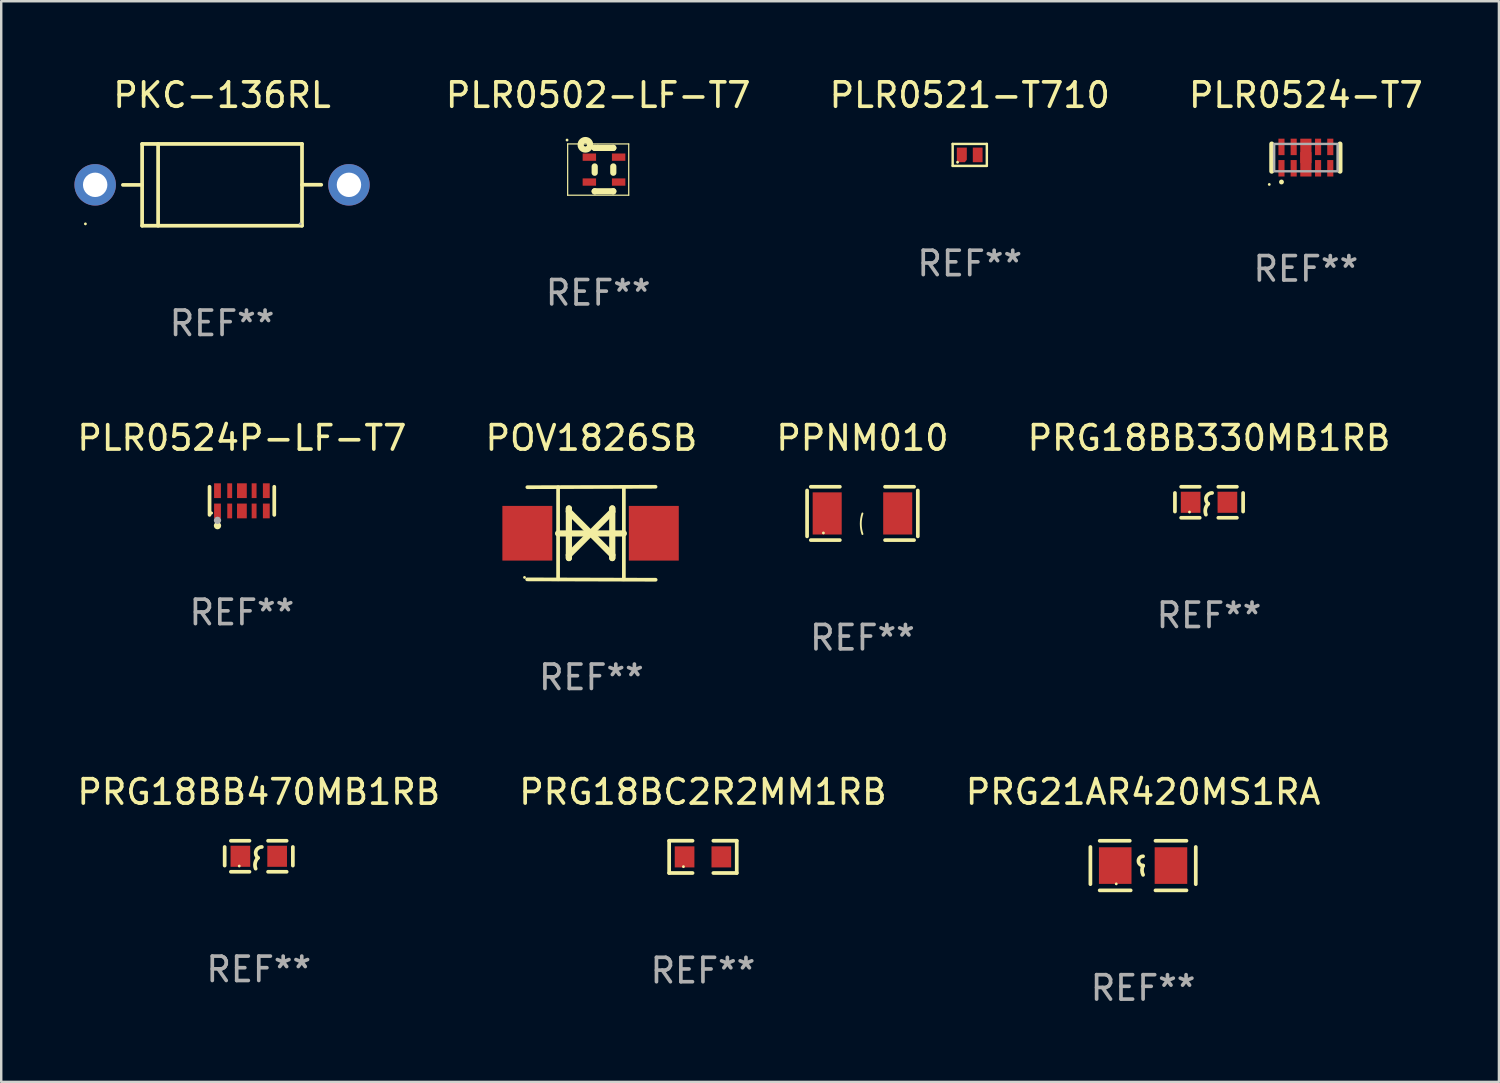
<source format=kicad_pcb>
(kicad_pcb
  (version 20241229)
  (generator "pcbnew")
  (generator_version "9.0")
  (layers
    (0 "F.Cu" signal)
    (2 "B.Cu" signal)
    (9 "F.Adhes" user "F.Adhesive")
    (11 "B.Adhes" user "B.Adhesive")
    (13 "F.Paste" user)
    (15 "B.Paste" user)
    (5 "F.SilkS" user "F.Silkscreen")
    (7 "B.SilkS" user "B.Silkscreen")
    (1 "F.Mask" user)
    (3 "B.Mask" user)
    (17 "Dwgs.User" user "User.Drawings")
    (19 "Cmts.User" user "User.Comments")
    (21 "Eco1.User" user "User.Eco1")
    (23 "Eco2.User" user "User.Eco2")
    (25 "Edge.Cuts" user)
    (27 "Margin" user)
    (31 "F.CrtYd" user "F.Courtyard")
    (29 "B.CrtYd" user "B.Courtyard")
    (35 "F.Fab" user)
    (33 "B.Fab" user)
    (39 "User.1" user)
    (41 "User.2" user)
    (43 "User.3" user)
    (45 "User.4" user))
  (footprint "PRG18BC2R2MM1RB"
    (layer "F.Cu")
    (at 25.756 32.064)
    (property "Reference" "PRG18BC2R2MM1RB" (at 0 -2.661 0) (layer "F.SilkS") (effects (font (size 1 1) (thickness 0.15))))
    (attr through_hole)
    (fp_line (start -1.385 -0.661) (end -0.426 -0.661) (stroke (width 0.152) (type solid)) (layer "F.SilkS"))
    (fp_line (start -1.385 0.661) (end -1.385 -0.661) (stroke (width 0.152) (type solid)) (layer "F.SilkS"))
    (fp_line (start -0.426 0.661) (end -1.385 0.661) (stroke (width 0.152) (type solid)) (layer "F.SilkS"))
    (fp_line (start 0.426 0.661) (end 1.385 0.661) (stroke (width 0.152) (type solid)) (layer "F.SilkS"))
    (fp_line (start 1.385 -0.661) (end 0.426 -0.661) (stroke (width 0.152) (type solid)) (layer "F.SilkS"))
    (fp_line (start 1.385 0.661) (end 1.385 -0.661) (stroke (width 0.152) (type solid)) (layer "F.SilkS"))
    (fp_circle (center -0.8 0.4) (end -0.77 0.4) (stroke (width 0.06) (type solid)) (fill no) (layer "F.SilkS"))
    (fp_text user "REF**" (at 0 4.661 0) (layer "F.Fab") (effects (font (size 1 1) (thickness 0.15))))
    (pad "1" smd rect (at -0.753 0) (size 0.806 0.864) (layers "F.Cu" "F.Mask" "F.Paste"))
    (pad "2" smd rect (at 0.753 0) (size 0.806 0.864) (layers "F.Cu" "F.Mask" "F.Paste")))
  (footprint "PLR0521-T710"
    (layer "F.Cu")
    (at 36.689 3.298)
    (property "Reference" "PLR0521-T710" (at 0 -2.45 0) (layer "F.SilkS") (effects (font (size 1 1) (thickness 0.15))))
    (attr through_hole)
    (fp_line (start -0.7 -0.45) (end -0.7 0.45) (stroke (width 0.1) (type solid)) (layer "F.SilkS"))
    (fp_line (start -0.7 -0.45) (end 0.7 -0.45) (stroke (width 0.1) (type solid)) (layer "F.SilkS"))
    (fp_line (start -0.7 0.45) (end 0.69 0.45) (stroke (width 0.1) (type solid)) (layer "F.SilkS"))
    (fp_line (start 0.7 -0.45) (end 0.7 0.45) (stroke (width 0.1) (type solid)) (layer "F.SilkS"))
    (fp_circle (center -0.5 0.3) (end -0.47 0.3) (stroke (width 0.06) (type solid)) (fill no) (layer "F.SilkS"))
    (fp_text user "REF**" (at 0 4.45 0) (layer "F.Fab") (effects (font (size 1 1) (thickness 0.15))))
    (pad "1" smd custom (at -0.325 0) (size 0.41 0.6) (layers "F.Cu" "F.Mask" "F.Paste") (options (anchor circle)) (primitives (gr_poly (pts (xy -0.205 -0.3) (xy -0.205 0.3) (xy 0.125 0.3) (xy 0.205 0.2) (xy 0.205 -0.3) (xy -0.205 -0.3)) (width 0) (fill yes))))
    (pad "2" smd rect (at 0.325 0 90) (size 0.6 0.4) (layers "F.Cu" "F.Mask" "F.Paste")))
  (footprint "PRG18BB470MB1RB"
    (layer "F.Cu")
    (at 7.554 32.039)
    (property "Reference" "PRG18BB470MB1RB" (at 0 -2.635 0) (layer "F.SilkS") (effects (font (size 1 1) (thickness 0.15))))
    (attr through_hole)
    (fp_line (start -1.397 -0.381) (end -1.397 0.381) (stroke (width 0.152) (type solid)) (layer "F.SilkS"))
    (fp_line (start -0.381 -0.635) (end -1.143 -0.635) (stroke (width 0.152) (type solid)) (layer "F.SilkS"))
    (fp_line (start -0.381 0.635) (end -1.143 0.635) (stroke (width 0.152) (type solid)) (layer "F.SilkS"))
    (fp_line (start 0.381 -0.635) (end 1.143 -0.635) (stroke (width 0.152) (type solid)) (layer "F.SilkS"))
    (fp_line (start 0.381 0.635) (end 1.143 0.635) (stroke (width 0.152) (type solid)) (layer "F.SilkS"))
    (fp_line (start 1.397 -0.381) (end 1.397 0.381) (stroke (width 0.152) (type solid)) (layer "F.SilkS"))
    (fp_arc (start -0.127 0.508001) (mid -0.146523 0.271131) (end -0.030861 0.0635) (stroke (width 0.151994) (type solid)) (layer "F.SilkS"))
    (fp_arc (start -0.03175 0.0635) (mid -0.113571 -0.216321) (end 0.127001 -0.381002) (stroke (width 0.151994) (type solid)) (layer "F.SilkS"))
    (fp_circle (center -0.8 0.4) (end -0.77 0.4) (stroke (width 0.06) (type solid)) (fill no) (layer "F.SilkS"))
    (fp_text user "REF**" (at 0 4.635 0) (layer "F.Fab") (effects (font (size 1 1) (thickness 0.15))))
    (pad "1" smd rect (at -0.753 0) (size 0.806 0.864) (layers "F.Cu" "F.Mask" "F.Paste"))
    (pad "2" smd rect (at 0.753 0) (size 0.806 0.864) (layers "F.Cu" "F.Mask" "F.Paste")))
  (footprint "PLR0524-T7"
    (layer "F.Cu")
    (at 50.463 3.408)
    (property "Reference" "PLR0524-T7" (at 0 -2.56 0) (layer "F.SilkS") (effects (font (size 1 1) (thickness 0.15))))
    (attr through_hole)
    (fp_line (start -1.4 0.56) (end -1.4 -0.56) (stroke (width 0.2) (type solid)) (layer "F.SilkS"))
    (fp_line (start 1.4 -0.56) (end 1.4 0.56) (stroke (width 0.2) (type solid)) (layer "F.SilkS"))
    (fp_circle (center -1.5 1.1) (end -1.47 1.1) (stroke (width 0.06) (type solid)) (fill no) (layer "F.SilkS"))
    (fp_circle (center -1 1) (end -0.95 1) (stroke (width 0.1) (type solid)) (fill no) (layer "F.SilkS"))
    (fp_poly (pts (xy -1.3 -0.56) (xy 1.3 -0.56) (xy 1.3 0.56) (xy -1.3 0.56)) (stroke (width 0.1) (type solid)) (fill no) (layer "F.Fab"))
    (fp_text user "REF**" (at 0 4.56 0) (layer "F.Fab") (effects (font (size 1 1) (thickness 0.15))))
    (pad "1" smd rect (at -1 0.438 180) (size 0.25 0.675) (layers "F.Cu" "F.Mask" "F.Paste"))
    (pad "2" smd rect (at -0.5 0.438 180) (size 0.25 0.675) (layers "F.Cu" "F.Mask" "F.Paste"))
    (pad "3" smd rect (at 0.000013 0.275 180) (size 0.46 1) (layers "F.Cu" "F.Mask" "F.Paste"))
    (pad "4" smd rect (at 0.5 0.438 180) (size 0.25 0.675) (layers "F.Cu" "F.Mask" "F.Paste"))
    (pad "5" smd rect (at 1 0.438 180) (size 0.25 0.675) (layers "F.Cu" "F.Mask" "F.Paste"))
    (pad "6" smd rect (at 1 -0.438 180) (size 0.25 0.675) (layers "F.Cu" "F.Mask" "F.Paste"))
    (pad "7" smd rect (at 0.5 -0.438 180) (size 0.25 0.675) (layers "F.Cu" "F.Mask" "F.Paste"))
    (pad "8" smd rect (at 0.000013 -0.275 180) (size 0.46 1) (layers "F.Cu" "F.Mask" "F.Paste"))
    (pad "9" smd rect (at -0.5 -0.438 180) (size 0.25 0.675) (layers "F.Cu" "F.Mask" "F.Paste"))
    (pad "10" smd rect (at -1 -0.438 180) (size 0.25 0.675) (layers "F.Cu" "F.Mask" "F.Paste")))
  (footprint "PLR0524P-LF-T7"
    (layer "F.Cu")
    (at 6.863 17.473)
    (property "Reference" "PLR0524P-LF-T7" (at 0 -2.576 0) (layer "F.SilkS") (effects (font (size 1 1) (thickness 0.15))))
    (attr through_hole)
    (fp_line (start -1.326 0.576) (end -1.326 -0.576) (stroke (width 0.152) (type solid)) (layer "F.SilkS"))
    (fp_line (start 1.326 0.576) (end 1.326 -0.576) (stroke (width 0.152) (type solid)) (layer "F.SilkS"))
    (fp_circle (center -1.25 0.5) (end -1.22 0.5) (stroke (width 0.06) (type solid)) (fill no) (layer "F.SilkS"))
    (fp_circle (center -1.25 0.5) (end -1.22 0.5) (stroke (width 0.06) (type solid)) (fill no) (layer "F.SilkS"))
    (fp_circle (center -1 1.018) (end -0.925 1.018) (stroke (width 0.15) (type solid)) (fill no) (layer "F.SilkS"))
    (fp_circle (center -1 0.8) (end -0.925 0.8) (stroke (width 0.15) (type solid)) (fill no) (layer "F.Fab"))
    (fp_text user "REF**" (at 0 4.576 0) (layer "F.Fab") (effects (font (size 1 1) (thickness 0.15))))
    (pad "1" smd rect (at -1 0.415) (size 0.28 0.605) (layers "F.Cu" "F.Mask" "F.Paste"))
    (pad "2" smd rect (at -0.5 0.415) (size 0.2 0.605) (layers "F.Cu" "F.Mask" "F.Paste"))
    (pad "3" smd rect (at 0 0.415) (size 0.4 0.605) (layers "F.Cu" "F.Mask" "F.Paste"))
    (pad "4" smd rect (at 0.5 0.415) (size 0.2 0.605) (layers "F.Cu" "F.Mask" "F.Paste"))
    (pad "5" smd rect (at 1 0.415) (size 0.28 0.605) (layers "F.Cu" "F.Mask" "F.Paste"))
    (pad "6" smd rect (at 1 -0.415) (size 0.28 0.605) (layers "F.Cu" "F.Mask" "F.Paste"))
    (pad "7" smd rect (at 0.5 -0.415) (size 0.2 0.605) (layers "F.Cu" "F.Mask" "F.Paste"))
    (pad "8" smd rect (at 0 -0.415) (size 0.4 0.605) (layers "F.Cu" "F.Mask" "F.Paste"))
    (pad "9" smd rect (at -0.5 -0.415) (size 0.2 0.605) (layers "F.Cu" "F.Mask" "F.Paste"))
    (pad "10" smd rect (at -1 -0.415) (size 0.28 0.605) (layers "F.Cu" "F.Mask" "F.Paste")))
  (footprint "PPNM010"
    (layer "F.Cu")
    (at 32.292 17.99)
    (property "Reference" "PPNM010" (at 0 -3.093 0) (layer "F.SilkS") (effects (font (size 1 1) (thickness 0.15))))
    (attr through_hole)
    (fp_line (start -2.269 -0.94) (end -2.269 0.94) (stroke (width 0.152) (type solid)) (layer "F.SilkS"))
    (fp_line (start -2.116 1.093) (end -0.926 1.093) (stroke (width 0.152) (type solid)) (layer "F.SilkS"))
    (fp_line (start -0.926 -1.093) (end -2.116 -1.093) (stroke (width 0.152) (type solid)) (layer "F.SilkS"))
    (fp_line (start 0.926 -1.093) (end 2.116 -1.093) (stroke (width 0.152) (type solid)) (layer "F.SilkS"))
    (fp_line (start 2.116 1.093) (end 0.926 1.093) (stroke (width 0.152) (type solid)) (layer "F.SilkS"))
    (fp_line (start 2.269 -0.94) (end 2.269 0.94) (stroke (width 0.152) (type solid)) (layer "F.SilkS"))
    (fp_arc (start 0 0.844951) (mid -0.068559 0.422475) (end 0 0) (stroke (width 0.0762) (type solid)) (layer "F.SilkS"))
    (fp_circle (center -1.6 0.8) (end -1.57 0.8) (stroke (width 0.06) (type solid)) (fill no) (layer "F.SilkS"))
    (fp_text user "REF**" (at 0 5.093 0) (layer "F.Fab") (effects (font (size 1 1) (thickness 0.15))))
    (pad "1" smd rect (at -1.445 0) (size 1.19 1.728) (layers "F.Cu" "F.Mask" "F.Paste"))
    (pad "2" smd rect (at 1.445 0) (size 1.19 1.728) (layers "F.Cu" "F.Mask" "F.Paste")))
  (footprint "POV1826SB"
    (layer "F.Cu")
    (at 21.185 18.802)
    (property "Reference" "POV1826SB" (at 0 -3.905 0) (layer "F.SilkS") (effects (font (size 1 1) (thickness 0.15))))
    (attr through_hole)
    (fp_line (start -1.365 1.886) (end -1.365 -1.886) (stroke (width 0.152) (type solid)) (layer "F.SilkS"))
    (fp_line (start -1.365 0.008) (end 1.33 0.008) (stroke (width 0.254) (type solid)) (layer "F.SilkS"))
    (fp_line (start -0.923 -1.016) (end -0.923 1.016) (stroke (width 0.254) (type solid)) (layer "F.SilkS"))
    (fp_line (start -0.923 -0.889) (end -0.923 -1.016) (stroke (width 0.254) (type solid)) (layer "F.SilkS"))
    (fp_line (start -0.923 0.889) (end -0.034 0) (stroke (width 0.254) (type solid)) (layer "F.SilkS"))
    (fp_line (start -0.923 1.016) (end -0.923 0.889) (stroke (width 0.254) (type solid)) (layer "F.SilkS"))
    (fp_line (start -0.034 0) (end -0.923 -0.889) (stroke (width 0.254) (type solid)) (layer "F.SilkS"))
    (fp_line (start -0.034 0) (end 0.855 0.889) (stroke (width 0.254) (type solid)) (layer "F.SilkS"))
    (fp_line (start 0.855 -1.016) (end 0.855 -0.889) (stroke (width 0.254) (type solid)) (layer "F.SilkS"))
    (fp_line (start 0.855 -0.889) (end -0.034 0) (stroke (width 0.254) (type solid)) (layer "F.SilkS"))
    (fp_line (start 0.855 0.889) (end 0.855 1.016) (stroke (width 0.254) (type solid)) (layer "F.SilkS"))
    (fp_line (start 0.855 1.016) (end 0.855 -1.016) (stroke (width 0.254) (type solid)) (layer "F.SilkS"))
    (fp_line (start 1.33 1.886) (end 1.33 -1.886) (stroke (width 0.152) (type solid)) (layer "F.SilkS"))
    (fp_line (start 2.629 -1.905) (end -2.625 -1.887) (stroke (width 0.152) (type solid)) (layer "F.SilkS"))
    (fp_line (start 2.633 1.905) (end -2.633 1.89) (stroke (width 0.152) (type solid)) (layer "F.SilkS"))
    (fp_circle (center -2.741 1.81) (end -2.711 1.81) (stroke (width 0.06) (type solid)) (fill no) (layer "F.SilkS"))
    (fp_text user "REF**" (at 0 5.905 0) (layer "F.Fab") (effects (font (size 1 1) (thickness 0.15))))
    (pad "1" smd rect (at -2.625 0) (size 2.047 2.241) (layers "F.Cu" "F.Mask" "F.Paste"))
    (pad "2" smd rect (at 2.557 0) (size 2.047 2.241) (layers "F.Cu" "F.Mask" "F.Paste")))
  (footprint "PRG18BB330MB1RB"
    (layer "F.Cu")
    (at 46.494 17.532)
    (property "Reference" "PRG18BB330MB1RB" (at 0 -2.635 0) (layer "F.SilkS") (effects (font (size 1 1) (thickness 0.15))))
    (attr through_hole)
    (fp_line (start -1.397 -0.381) (end -1.397 0.381) (stroke (width 0.152) (type solid)) (layer "F.SilkS"))
    (fp_line (start -0.381 -0.635) (end -1.143 -0.635) (stroke (width 0.152) (type solid)) (layer "F.SilkS"))
    (fp_line (start -0.381 0.635) (end -1.143 0.635) (stroke (width 0.152) (type solid)) (layer "F.SilkS"))
    (fp_line (start 0.381 -0.635) (end 1.143 -0.635) (stroke (width 0.152) (type solid)) (layer "F.SilkS"))
    (fp_line (start 0.381 0.635) (end 1.143 0.635) (stroke (width 0.152) (type solid)) (layer "F.SilkS"))
    (fp_line (start 1.397 -0.381) (end 1.397 0.381) (stroke (width 0.152) (type solid)) (layer "F.SilkS"))
    (fp_arc (start -0.127 0.508001) (mid -0.146523 0.271131) (end -0.030861 0.0635) (stroke (width 0.151994) (type solid)) (layer "F.SilkS"))
    (fp_arc (start -0.03175 0.0635) (mid -0.113571 -0.216321) (end 0.127001 -0.381002) (stroke (width 0.151994) (type solid)) (layer "F.SilkS"))
    (fp_circle (center -0.8 0.4) (end -0.77 0.4) (stroke (width 0.06) (type solid)) (fill no) (layer "F.SilkS"))
    (fp_text user "REF**" (at 0 4.635 0) (layer "F.Fab") (effects (font (size 1 1) (thickness 0.15))))
    (pad "1" smd rect (at -0.753 0) (size 0.806 0.864) (layers "F.Cu" "F.Mask" "F.Paste"))
    (pad "2" smd rect (at 0.753 0) (size 0.806 0.864) (layers "F.Cu" "F.Mask" "F.Paste")))
  (footprint "PRG21AR420MS1RA"
    (layer "F.Cu")
    (at 43.792 32.42)
    (property "Reference" "PRG21AR420MS1RA" (at 0 -3.016 0) (layer "F.SilkS") (effects (font (size 1 1) (thickness 0.15))))
    (attr through_hole)
    (fp_line (start -2.159 -0.762) (end -2.159 0.762) (stroke (width 0.152) (type solid)) (layer "F.SilkS"))
    (fp_line (start -1.778 -1.016) (end -0.545 -1.016) (stroke (width 0.152) (type solid)) (layer "F.SilkS"))
    (fp_line (start -0.508 1.016) (end -1.778 1.016) (stroke (width 0.152) (type solid)) (layer "F.SilkS"))
    (fp_line (start 0.508 1.016) (end 1.778 1.016) (stroke (width 0.152) (type solid)) (layer "F.SilkS"))
    (fp_line (start 1.778 -1.016) (end 0.508 -1.016) (stroke (width 0.152) (type solid)) (layer "F.SilkS"))
    (fp_line (start 2.159 -0.762) (end 2.159 0.762) (stroke (width 0.152) (type solid)) (layer "F.SilkS"))
    (fp_arc (start 0 0) (mid -0.1905 -0.1905) (end 0 -0.381) (stroke (width 0.151994) (type solid)) (layer "F.SilkS"))
    (fp_arc (start 0 0.381001) (mid -0.044971 0.1905) (end 0 0) (stroke (width 0.151994) (type solid)) (layer "F.SilkS"))
    (fp_circle (center -1.1 0.75) (end -1.07 0.75) (stroke (width 0.06) (type solid)) (fill no) (layer "F.SilkS"))
    (fp_text user "REF**" (at 0 5.016 0) (layer "F.Fab") (effects (font (size 1 1) (thickness 0.15))))
    (pad "1" smd rect (at -1.142 0) (size 1.335 1.5) (layers "F.Cu" "F.Mask" "F.Paste"))
    (pad "2" smd rect (at 1.142 0) (size 1.335 1.5) (layers "F.Cu" "F.Mask" "F.Paste")))
  (footprint "PKC-136RL"
    (layer "F.Cu")
    (at 6.05 4.524)
    (property "Reference" "PKC-136RL" (at 0 -3.676 0) (layer "F.SilkS") (effects (font (size 1 1) (thickness 0.15))))
    (attr through_hole)
    (fp_line (start -3.276 -1.676) (end 3.276 -1.676) (stroke (width 0.152) (type solid)) (layer "F.SilkS"))
    (fp_line (start -3.276 0.003) (end -4.064 0.003) (stroke (width 0.152) (type solid)) (layer "F.SilkS"))
    (fp_line (start -3.276 1.676) (end -3.276 -1.676) (stroke (width 0.152) (type solid)) (layer "F.SilkS"))
    (fp_line (start -2.621 -1.676) (end -2.621 1.676) (stroke (width 0.152) (type solid)) (layer "F.SilkS"))
    (fp_line (start 3.276 -1.676) (end 3.276 1.676) (stroke (width 0.152) (type solid)) (layer "F.SilkS"))
    (fp_line (start 3.276 -0.003) (end 4.064 -0.003) (stroke (width 0.152) (type solid)) (layer "F.SilkS"))
    (fp_line (start 3.276 1.676) (end -3.276 1.676) (stroke (width 0.152) (type solid)) (layer "F.SilkS"))
    (fp_circle (center -5.6 1.6) (end -5.57 1.6) (stroke (width 0.06) (type solid)) (fill no) (layer "F.SilkS"))
    (fp_circle (center 3.2 1.6) (end 3.23 1.6) (stroke (width 0.06) (type solid)) (fill no) (layer "F.Fab"))
    (fp_text user "REF**" (at 0 5.676 0) (layer "F.Fab") (effects (font (size 1 1) (thickness 0.15))))
    (pad "1" thru_hole circle (at -5.2 0) (size 1.7 1.7) (drill 1) (layers "*.Cu" "*.Mask"))
    (pad "2" thru_hole circle (at 5.2 0) (size 1.7 1.7) (drill 1) (layers "*.Cu" "*.Mask")))
  (footprint "PLR0502-LF-T7"
    (layer "F.Cu")
    (at 21.463 3.899)
    (property "Reference" "PLR0502-LF-T7" (at 0 -3.05 0) (layer "F.SilkS") (effects (font (size 1 1) (thickness 0.15))))
    (attr through_hole)
    (fp_line (start -1.251 -1.05) (end 1.251 -1.05) (stroke (width 0.05) (type solid)) (layer "F.SilkS"))
    (fp_line (start -1.251 1.05) (end -1.251 -1.05) (stroke (width 0.05) (type solid)) (layer "F.SilkS"))
    (fp_line (start -0.143 -0.888) (end -0.143 -0.89) (stroke (width 0.254) (type solid)) (layer "F.SilkS"))
    (fp_line (start -0.143 -0.128) (end -0.143 0.13) (stroke (width 0.254) (type solid)) (layer "F.SilkS"))
    (fp_line (start -0.143 0.89) (end 0.619 0.89) (stroke (width 0.254) (type solid)) (layer "F.SilkS"))
    (fp_line (start -0.143 0.892) (end -0.143 0.89) (stroke (width 0.254) (type solid)) (layer "F.SilkS"))
    (fp_line (start -0.016 -0.888) (end -0.143 -0.888) (stroke (width 0.254) (type solid)) (layer "F.SilkS"))
    (fp_line (start 0.619 -0.89) (end 0.619 -0.888) (stroke (width 0.254) (type solid)) (layer "F.SilkS"))
    (fp_line (start 0.619 -0.888) (end -0.016 -0.888) (stroke (width 0.254) (type solid)) (layer "F.SilkS"))
    (fp_line (start 0.619 0.13) (end 0.619 -0.128) (stroke (width 0.254) (type solid)) (layer "F.SilkS"))
    (fp_line (start 0.619 0.89) (end 0.619 0.892) (stroke (width 0.254) (type solid)) (layer "F.SilkS"))
    (fp_line (start 1.251 -1.05) (end 1.251 1.05) (stroke (width 0.05) (type solid)) (layer "F.SilkS"))
    (fp_line (start 1.251 1.05) (end -1.251 1.05) (stroke (width 0.05) (type solid)) (layer "F.SilkS"))
    (fp_circle (center -1.276 -1.21) (end -1.246 -1.21) (stroke (width 0.06) (type solid)) (fill no) (layer "F.SilkS"))
    (fp_circle (center -0.524 -1.015) (end -0.456 -1.015) (stroke (width 0.254) (type solid)) (fill no) (layer "F.SilkS"))
    (fp_text user "REF**" (at 0 5.05 0) (layer "F.Fab") (effects (font (size 1 1) (thickness 0.15))))
    (pad "1" smd rect (at -0.362 -0.509 270) (size 0.3 0.55) (layers "F.Cu" "F.Mask" "F.Paste"))
    (pad "2" smd rect (at -0.362 0.511 270) (size 0.3 0.55) (layers "F.Cu" "F.Mask" "F.Paste"))
    (pad "3" smd rect (at 0.838 0.511 270) (size 0.3 0.55) (layers "F.Cu" "F.Mask" "F.Paste"))
    (pad "4" smd rect (at 0.838 -0.509 270) (size 0.3 0.55) (layers "F.Cu" "F.Mask" "F.Paste")))
  (gr_rect
    (start -3 -3)
    (end 58.374 41.284)
    (stroke (width 0.1) (type default))
    (fill no)
    (layer "Edge.Cuts")))
</source>
